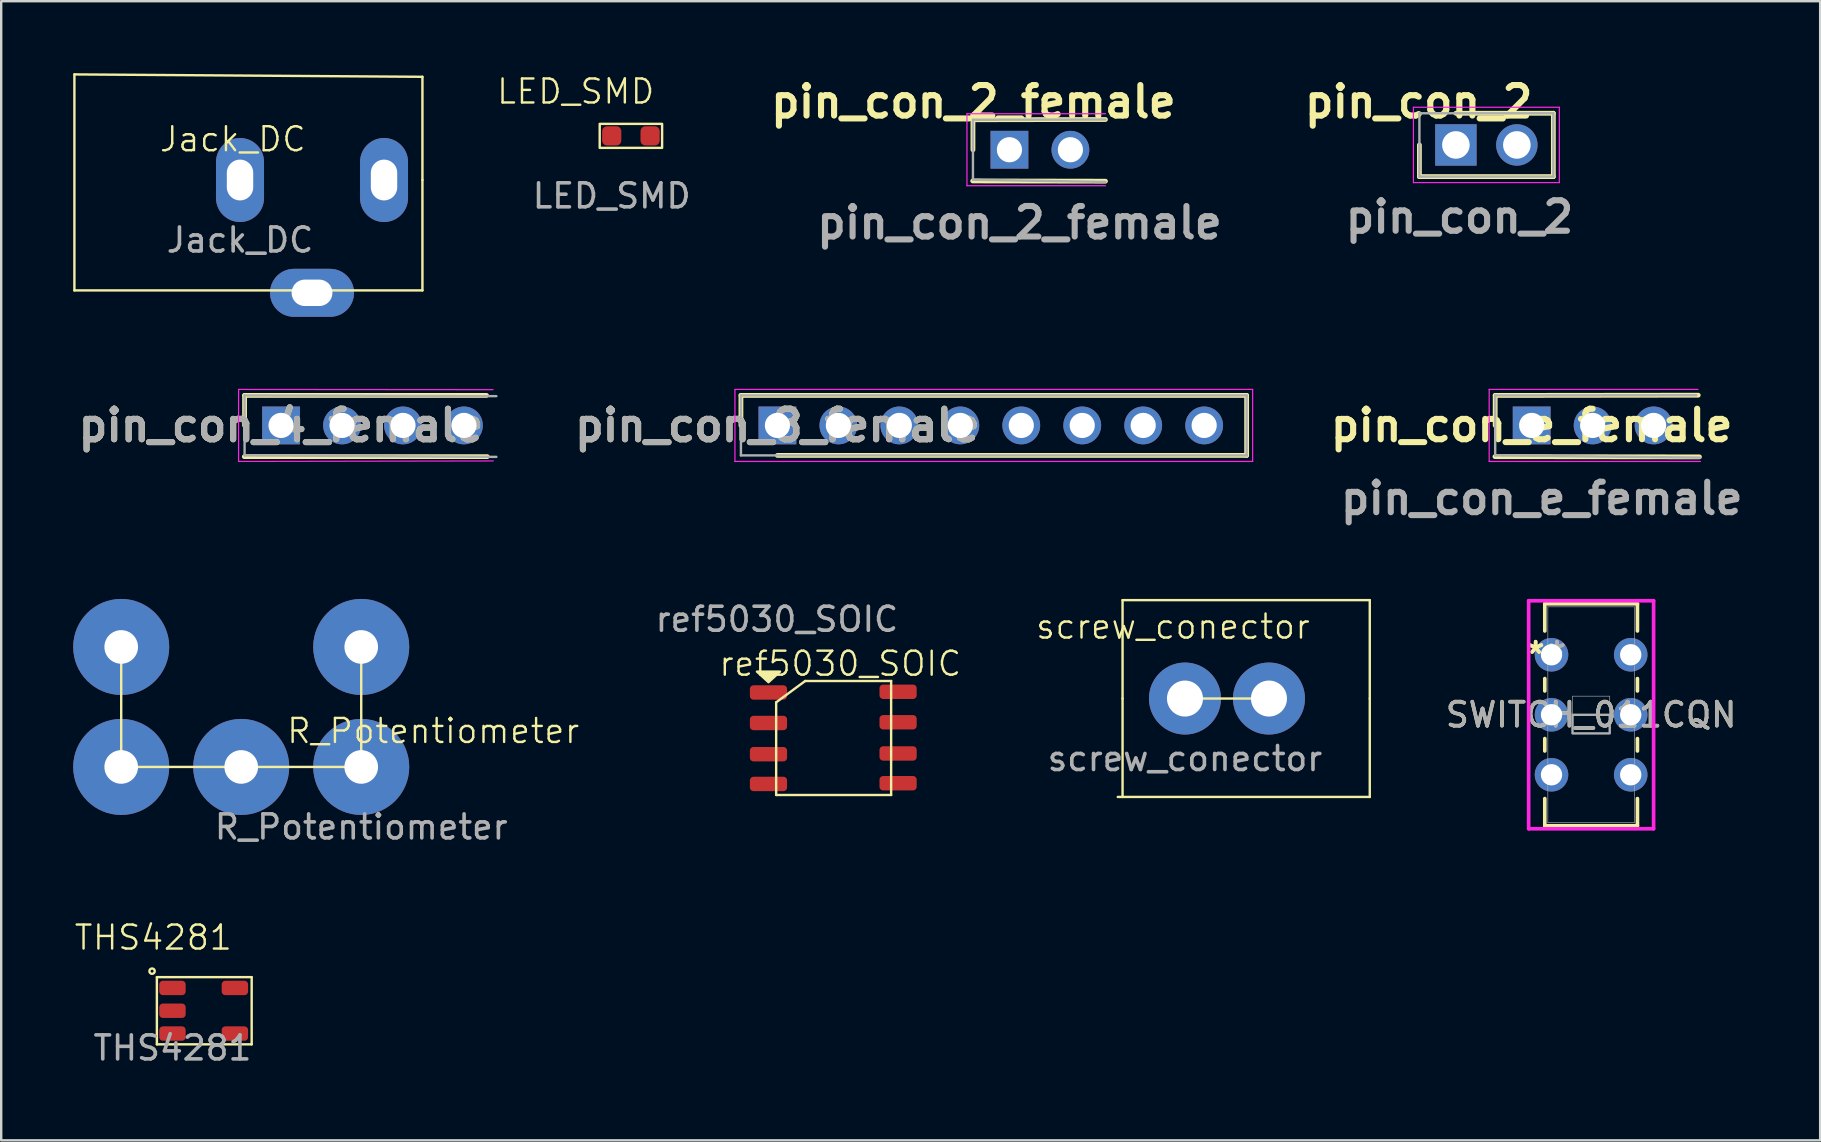
<source format=kicad_pcb>
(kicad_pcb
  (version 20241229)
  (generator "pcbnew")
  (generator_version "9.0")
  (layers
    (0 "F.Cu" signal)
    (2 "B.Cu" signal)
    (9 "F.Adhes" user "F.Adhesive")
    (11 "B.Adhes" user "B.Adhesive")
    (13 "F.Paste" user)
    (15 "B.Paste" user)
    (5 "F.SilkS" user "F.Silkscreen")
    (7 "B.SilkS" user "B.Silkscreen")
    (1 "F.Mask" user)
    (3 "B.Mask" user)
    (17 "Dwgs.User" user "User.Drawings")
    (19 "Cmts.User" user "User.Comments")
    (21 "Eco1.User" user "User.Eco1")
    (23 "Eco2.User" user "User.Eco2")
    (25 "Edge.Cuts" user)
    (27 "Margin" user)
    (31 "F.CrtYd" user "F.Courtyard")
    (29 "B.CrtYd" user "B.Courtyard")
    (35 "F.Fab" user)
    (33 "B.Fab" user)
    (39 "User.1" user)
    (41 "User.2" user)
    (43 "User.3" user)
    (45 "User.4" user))
  (footprint "Jack_DC"
    (layer "F.Cu")
    (at 6.95 4.45)
    (property "Reference" "Jack_DC" (at -0.3 -1.7 0) (unlocked yes) (layer "F.SilkS") (effects (font (size 1 1) (thickness 0.1))))
    (attr through_hole)
    (fp_line (start -6.9 4.6) (end -6.9 -4.4) (stroke (width 0.1) (type default)) (layer "F.SilkS"))
    (fp_line (start 7.6 -4.3) (end -6.9 -4.4) (stroke (width 0.1) (type default)) (layer "F.SilkS"))
    (fp_line (start 7.6 -4.3) (end 7.6 0) (stroke (width 0.1) (type default)) (layer "F.SilkS"))
    (fp_line (start 7.6 0) (end 7.6 4.6) (stroke (width 0.1) (type default)) (layer "F.SilkS"))
    (fp_line (start 7.6 4.6) (end -6.9 4.6) (stroke (width 0.1) (type default)) (layer "F.SilkS"))
    (fp_text user "${REFERENCE}" (at 0 2.5 0) (unlocked yes) (layer "F.Fab") (effects (font (size 1 1) (thickness 0.15))))
    (pad "1" thru_hole oval (at 6 0 90) (size 3.5 2) (drill oval 1.7 1.1) (layers "*.Cu" "*.Mask"))
    (pad "2" thru_hole oval (at 0 0 90) (size 3.5 2) (drill oval 1.7 1.1) (layers "*.Cu" "*.Mask"))
    (pad "3" thru_hole oval (at 3 4.7) (size 3.5 2) (drill oval 1.7 1.1) (layers "*.Cu" "*.Mask")))
  (footprint "LED_SMD"
    (layer "F.Cu")
    (at 22.436 2.611)
    (property "Reference" "LED_SMD" (at -1.5 -1.85 0) (unlocked yes) (layer "F.SilkS") (effects (font (size 1 1) (thickness 0.1))))
    (attr smd)
    (fp_rect (start -0.5 -0.5) (end 2.1 0.5) (stroke (width 0.1) (type default)) (fill no) (layer "F.SilkS"))
    (fp_text user "${REFERENCE}" (at 0 2.5 0) (unlocked yes) (layer "F.Fab") (effects (font (size 1 1) (thickness 0.15))))
    (pad "1" smd roundrect (at 0 0) (size 0.8 0.8) (layers "F.Cu" "F.Mask" "F.Paste") (roundrect_rratio 0.25))
    (pad "2" smd roundrect (at 1.6 0) (size 0.8 0.8) (layers "F.Cu" "F.Mask" "F.Paste") (roundrect_rratio 0.25)))
  (footprint "pin_con_2"
    (layer "F.Cu")
    (at 57.608 2.989)
    (property "Reference" "pin_con_2" (at -1.55 -1.8 0) (layer "F.SilkS") (effects (font (size 1.27 1.27) (thickness 0.254))))
    (attr through_hole)
    (fp_line (start -1.52 0) (end -1.52 1.32) (stroke (width 0.2) (type solid)) (layer "F.SilkS"))
    (fp_line (start -1.52 1.32) (end 4.06 1.32) (stroke (width 0.2) (type solid)) (layer "F.SilkS"))
    (fp_line (start 4.06 -1.32) (end 0 -1.32) (stroke (width 0.2) (type solid)) (layer "F.SilkS"))
    (fp_line (start 4.06 1.32) (end 4.06 -1.32) (stroke (width 0.2) (type solid)) (layer "F.SilkS"))
    (fp_line (start -1.77 -1.57) (end 4.31 -1.57) (stroke (width 0.05) (type solid)) (layer "F.CrtYd"))
    (fp_line (start -1.77 1.57) (end -1.77 -1.57) (stroke (width 0.05) (type solid)) (layer "F.CrtYd"))
    (fp_line (start 4.31 -1.57) (end 4.31 1.57) (stroke (width 0.05) (type solid)) (layer "F.CrtYd"))
    (fp_line (start 4.31 1.57) (end -1.77 1.57) (stroke (width 0.05) (type solid)) (layer "F.CrtYd"))
    (fp_line (start -1.52 -1.32) (end 4.06 -1.32) (stroke (width 0.1) (type solid)) (layer "F.Fab"))
    (fp_line (start -1.52 1.32) (end -1.52 -1.32) (stroke (width 0.1) (type solid)) (layer "F.Fab"))
    (fp_line (start 4.06 -1.32) (end 4.06 1.32) (stroke (width 0.1) (type solid)) (layer "F.Fab"))
    (fp_line (start 4.06 1.32) (end -1.52 1.32) (stroke (width 0.1) (type solid)) (layer "F.Fab"))
    (fp_text user "${REFERENCE}" (at 0.15 3 0) (layer "F.Fab") (effects (font (size 1.27 1.27) (thickness 0.254))))
    (pad "1" thru_hole rect (at 0 0) (size 1.725 1.725) (drill 1.15) (layers "*.Cu" "*.Mask"))
    (pad "2" thru_hole circle (at 2.54 0) (size 1.725 1.725) (drill 1.15) (layers "*.Cu" "*.Mask")))
  (footprint "R_Potentiometer"
    (layer "F.Cu")
    (at 12 28.904)
    (property "Reference" "R_Potentiometer" (at 3 -1.5 0) (unlocked yes) (layer "F.SilkS") (effects (font (size 1 1) (thickness 0.1))))
    (attr smd)
    (fp_line (start -10 0) (end -10 -5) (stroke (width 0.1) (type default)) (layer "F.SilkS"))
    (fp_line (start -5 0) (end -10 0) (stroke (width 0.1) (type default)) (layer "F.SilkS"))
    (fp_line (start 0 0) (end -5 0) (stroke (width 0.1) (type default)) (layer "F.SilkS"))
    (fp_line (start 0 0) (end 0 -5) (stroke (width 0.1) (type default)) (layer "F.SilkS"))
    (fp_text user "${REFERENCE}" (at 0 2.5 0) (unlocked yes) (layer "F.Fab") (effects (font (size 1 1) (thickness 0.15))))
    (pad "1" thru_hole oval (at 0 0) (size 4 4) (drill 1.4) (layers "*.Cu" "*.Mask"))
    (pad "2" thru_hole oval (at -5 0) (size 4 4) (drill 1.4) (layers "*.Cu" "*.Mask"))
    (pad "3" thru_hole oval (at -10 0) (size 4 4) (drill 1.4) (layers "*.Cu" "*.Mask"))
    (pad "4" thru_hole oval (at -10 -5) (size 4 4) (drill 1.4) (layers "*.Cu" "*.Mask"))
    (pad "5" thru_hole oval (at 0 -5) (size 4 4) (drill 1.4) (layers "*.Cu" "*.Mask")))
  (footprint "pin_con_4_female"
    (layer "F.Cu")
    (at 8.66 14.675)
    (property "Reference" "pin_con_4_female" (at 0 0 0) (layer "F.SilkS") (effects (font (size 1.27 1.27) (thickness 0.254))))
    (attr through_hole)
    (fp_line (start -1.53 1.3) (end 8.59 1.3) (stroke (width 0.2) (type solid)) (layer "F.SilkS"))
    (fp_line (start -1.52 -1.25) (end -1.52 0) (stroke (width 0.2) (type solid)) (layer "F.SilkS"))
    (fp_line (start 8.56 -1.25) (end -1.52 -1.25) (stroke (width 0.2) (type solid)) (layer "F.SilkS"))
    (fp_line (start -1.77 -1.5) (end 8.83 -1.49) (stroke (width 0.05) (type solid)) (layer "F.CrtYd"))
    (fp_line (start -1.77 1.5) (end -1.77 -1.5) (stroke (width 0.05) (type solid)) (layer "F.CrtYd"))
    (fp_line (start 8.84 1.48) (end -1.77 1.5) (stroke (width 0.05) (type solid)) (layer "F.CrtYd"))
    (fp_line (start -1.52 -1.25) (end 8.97 -1.22) (stroke (width 0.1) (type solid)) (layer "F.Fab"))
    (fp_line (start -1.52 1.25) (end -1.52 -1.25) (stroke (width 0.1) (type solid)) (layer "F.Fab"))
    (fp_line (start 8.97 1.31) (end -1.52 1.25) (stroke (width 0.1) (type solid)) (layer "F.Fab"))
    (fp_text user "${REFERENCE}" (at 0 0 0) (layer "F.Fab") (effects (font (size 1.27 1.27) (thickness 0.254))))
    (pad "1" thru_hole rect (at 0 0) (size 1.575 1.575) (drill 1.05) (layers "*.Cu" "*.Mask"))
    (pad "2" thru_hole circle (at 2.54 0) (size 1.575 1.575) (drill 1.05) (layers "*.Cu" "*.Mask"))
    (pad "3" thru_hole circle (at 5.08 0) (size 1.575 1.575) (drill 1.05) (layers "*.Cu" "*.Mask"))
    (pad "4" thru_hole circle (at 7.62 0) (size 1.575 1.575) (drill 1.05) (layers "*.Cu" "*.Mask")))
  (footprint "pin_con_8_female"
    (layer "F.Cu")
    (at 29.34 14.675)
    (property "Reference" "pin_con_8_female" (at 0 0 0) (layer "F.SilkS") (effects (font (size 1.27 1.27) (thickness 0.254))))
    (attr through_hole)
    (fp_line (start -1.52 -1.25) (end -1.52 0) (stroke (width 0.2) (type solid)) (layer "F.SilkS"))
    (fp_line (start 0 1.25) (end 19.55 1.25) (stroke (width 0.2) (type solid)) (layer "F.SilkS"))
    (fp_line (start 19.55 -1.25) (end -1.52 -1.25) (stroke (width 0.2) (type solid)) (layer "F.SilkS"))
    (fp_line (start 19.55 1.25) (end 19.55 -1.25) (stroke (width 0.2) (type solid)) (layer "F.SilkS"))
    (fp_line (start -1.77 -1.5) (end 19.8 -1.5) (stroke (width 0.05) (type solid)) (layer "F.CrtYd"))
    (fp_line (start -1.77 1.5) (end -1.77 -1.5) (stroke (width 0.05) (type solid)) (layer "F.CrtYd"))
    (fp_line (start 19.8 -1.5) (end 19.8 1.5) (stroke (width 0.05) (type solid)) (layer "F.CrtYd"))
    (fp_line (start 19.8 1.5) (end -1.77 1.5) (stroke (width 0.05) (type solid)) (layer "F.CrtYd"))
    (fp_line (start -1.52 -1.25) (end 19.55 -1.25) (stroke (width 0.1) (type solid)) (layer "F.Fab"))
    (fp_line (start -1.52 1.25) (end -1.52 -1.25) (stroke (width 0.1) (type solid)) (layer "F.Fab"))
    (fp_line (start 19.55 -1.25) (end 19.55 1.25) (stroke (width 0.1) (type solid)) (layer "F.Fab"))
    (fp_line (start 19.55 1.25) (end -1.52 1.25) (stroke (width 0.1) (type solid)) (layer "F.Fab"))
    (fp_text user "${REFERENCE}" (at 0 0 0) (layer "F.Fab") (effects (font (size 1.27 1.27) (thickness 0.254))))
    (pad "1" thru_hole rect (at 0 0) (size 1.575 1.575) (drill 1.05) (layers "*.Cu" "*.Mask"))
    (pad "2" thru_hole circle (at 2.54 0) (size 1.575 1.575) (drill 1.05) (layers "*.Cu" "*.Mask"))
    (pad "3" thru_hole circle (at 5.08 0) (size 1.575 1.575) (drill 1.05) (layers "*.Cu" "*.Mask"))
    (pad "4" thru_hole circle (at 7.62 0) (size 1.575 1.575) (drill 1.05) (layers "*.Cu" "*.Mask"))
    (pad "5" thru_hole circle (at 10.16 0) (size 1.575 1.575) (drill 1.05) (layers "*.Cu" "*.Mask"))
    (pad "6" thru_hole circle (at 12.7 0) (size 1.575 1.575) (drill 1.05) (layers "*.Cu" "*.Mask"))
    (pad "7" thru_hole circle (at 15.24 0) (size 1.575 1.575) (drill 1.05) (layers "*.Cu" "*.Mask"))
    (pad "8" thru_hole circle (at 17.78 0) (size 1.575 1.575) (drill 1.05) (layers "*.Cu" "*.Mask")))
  (footprint "ref5030_SOIC"
    (layer "F.Cu")
    (at 28.968 25.802)
    (property "Reference" "ref5030_SOIC" (at 2.99 -1.2 0) (unlocked yes) (layer "F.SilkS") (effects (font (size 1 1) (thickness 0.1))))
    (attr smd)
    (fp_line (start 0.32 4.27) (end 0.32 0.41) (stroke (width 0.1) (type default)) (layer "F.SilkS"))
    (fp_line (start 0.32 4.27) (end 5.11 4.27) (stroke (width 0.1) (type default)) (layer "F.SilkS"))
    (fp_line (start 1.53 -0.48) (end 0.32 0.41) (stroke (width 0.1) (type default)) (layer "F.SilkS"))
    (fp_line (start 1.53 -0.48) (end 5.11 -0.48) (stroke (width 0.1) (type default)) (layer "F.SilkS"))
    (fp_line (start 5.11 4.27) (end 5.11 -0.48) (stroke (width 0.1) (type default)) (layer "F.SilkS"))
    (fp_poly (pts (xy 0 -0.43) (xy -0.48 -0.87) (xy 0.48 -0.87)) (stroke (width 0.1) (type solid)) (fill yes) (layer "F.SilkS"))
    (fp_text user "${REFERENCE}" (at 0.35 -3.05 0) (unlocked yes) (layer "F.Fab") (effects (font (size 1 1) (thickness 0.15))))
    (pad "1" smd roundrect (at 0 0) (size 1.55 0.6) (layers "F.Cu" "F.Mask" "F.Paste") (roundrect_rratio 0.25))
    (pad "2" smd roundrect (at 0 1.27) (size 1.55 0.6) (layers "F.Cu" "F.Mask" "F.Paste") (roundrect_rratio 0.25))
    (pad "3" smd roundrect (at 0 2.57) (size 1.55 0.6) (layers "F.Cu" "F.Mask" "F.Paste") (roundrect_rratio 0.25))
    (pad "4" smd roundrect (at 0 3.81) (size 1.55 0.6) (layers "F.Cu" "F.Mask" "F.Paste") (roundrect_rratio 0.25))
    (pad "5" smd roundrect (at 5.4 3.78) (size 1.55 0.6) (layers "F.Cu" "F.Mask" "F.Paste") (roundrect_rratio 0.25))
    (pad "6" smd roundrect (at 5.4 2.54) (size 1.55 0.6) (layers "F.Cu" "F.Mask" "F.Paste") (roundrect_rratio 0.25))
    (pad "7" smd roundrect (at 5.4 1.24) (size 1.55 0.6) (layers "F.Cu" "F.Mask" "F.Paste") (roundrect_rratio 0.25))
    (pad "8" smd roundrect (at 5.4 -0.03) (size 1.55 0.6) (layers "F.Cu" "F.Mask" "F.Paste") (roundrect_rratio 0.25)))
  (footprint "SWITCH_011CQN"
    (layer "F.Cu")
    (at 61.592 24.23)
    (property "Reference" "SWITCH_011CQN" (at 1.65 2.5 0) (unlocked yes) (layer "F.SilkS") (effects (font (size 1 1) (thickness 0.15))))
    (attr through_hole)
    (fp_line (start -0.28 -2.123) (end -0.28 -0.992) (stroke (width 0.152) (type solid)) (layer "F.SilkS"))
    (fp_line (start -0.28 0.992) (end -0.28 1.508) (stroke (width 0.152) (type solid)) (layer "F.SilkS"))
    (fp_line (start -0.28 3.492) (end -0.28 4.008) (stroke (width 0.152) (type solid)) (layer "F.SilkS"))
    (fp_line (start -0.28 5.992) (end -0.28 7.123) (stroke (width 0.152) (type solid)) (layer "F.SilkS"))
    (fp_line (start -0.28 7.123) (end 3.58 7.123) (stroke (width 0.152) (type solid)) (layer "F.SilkS"))
    (fp_line (start 3.58 -2.123) (end -0.28 -2.123) (stroke (width 0.152) (type solid)) (layer "F.SilkS"))
    (fp_line (start 3.58 -0.992) (end 3.58 -2.123) (stroke (width 0.152) (type solid)) (layer "F.SilkS"))
    (fp_line (start 3.58 1.508) (end 3.58 0.992) (stroke (width 0.152) (type solid)) (layer "F.SilkS"))
    (fp_line (start 3.58 4.008) (end 3.58 3.492) (stroke (width 0.152) (type solid)) (layer "F.SilkS"))
    (fp_line (start 3.58 7.123) (end 3.58 5.992) (stroke (width 0.152) (type solid)) (layer "F.SilkS"))
    (fp_line (start -0.953 -2.25) (end -0.953 7.25) (stroke (width 0.152) (type solid)) (layer "F.CrtYd"))
    (fp_line (start -0.953 7.25) (end 4.253 7.25) (stroke (width 0.152) (type solid)) (layer "F.CrtYd"))
    (fp_line (start 4.253 -2.25) (end -0.953 -2.25) (stroke (width 0.152) (type solid)) (layer "F.CrtYd"))
    (fp_line (start 4.253 7.25) (end 4.253 -2.25) (stroke (width 0.152) (type solid)) (layer "F.CrtYd"))
    (fp_line (start -0.153 -1.996) (end -0.153 6.996) (stroke (width 0.025) (type solid)) (layer "F.Fab"))
    (fp_line (start -0.153 6.996) (end 3.453 6.996) (stroke (width 0.025) (type solid)) (layer "F.Fab"))
    (fp_line (start 0.875 1.725) (end 2.425 1.725) (stroke (width 0.025) (type solid)) (layer "F.Fab"))
    (fp_line (start 0.875 3.275) (end 0.875 1.725) (stroke (width 0.025) (type solid)) (layer "F.Fab"))
    (fp_line (start 2.425 1.725) (end 2.425 3.275) (stroke (width 0.025) (type solid)) (layer "F.Fab"))
    (fp_line (start 2.425 3.275) (end 0.875 3.275) (stroke (width 0.025) (type solid)) (layer "F.Fab"))
    (fp_line (start 3.453 -1.996) (end -0.153 -1.996) (stroke (width 0.025) (type solid)) (layer "F.Fab"))
    (fp_line (start 3.453 6.996) (end 3.453 -1.996) (stroke (width 0.025) (type solid)) (layer "F.Fab"))
    (fp_poly (pts (xy 0.875 3.275) (xy 0.875 2.5) (xy 2.425 2.5) (xy 2.425 3.275)) (stroke (width 0.1) (type solid)) (fill no) (layer "F.Fab"))
    (fp_text user "*" (at -0.661 0 0) (unlocked yes) (layer "F.SilkS") (effects (font (size 1 1) (thickness 0.15))))
    (fp_text user "*" (at -0.661 0 0) (layer "F.SilkS") (effects (font (size 1 1) (thickness 0.15))))
    (fp_text user "*" (at 0.228 0 0) (layer "F.Fab") (effects (font (size 1 1) (thickness 0.15))))
    (fp_text user "*" (at 0.228 0 0) (unlocked yes) (layer "F.Fab") (effects (font (size 1 1) (thickness 0.15))))
    (fp_text user "${REFERENCE}" (at 1.65 2.5 0) (unlocked yes) (layer "F.Fab") (effects (font (size 1 1) (thickness 0.15))))
    (pad "1" thru_hole circle (at 0 0) (size 1.397 1.397) (drill 0.889) (layers "*.Cu" "*.Mask"))
    (pad "2" thru_hole circle (at 0 2.5) (size 1.397 1.397) (drill 0.889) (layers "*.Cu" "*.Mask"))
    (pad "3" thru_hole circle (at 0 5) (size 1.397 1.397) (drill 0.889) (layers "*.Cu" "*.Mask"))
    (pad "4" thru_hole circle (at 3.3 5) (size 1.397 1.397) (drill 0.889) (layers "*.Cu" "*.Mask"))
    (pad "5" thru_hole circle (at 3.3 2.5) (size 1.397 1.397) (drill 0.889) (layers "*.Cu" "*.Mask"))
    (pad "6" thru_hole circle (at 3.3 0) (size 1.397 1.397) (drill 0.889) (layers "*.Cu" "*.Mask")))
  (footprint "screw_conector"
    (layer "F.Cu")
    (at 46.32 26.054)
    (property "Reference" "screw_conector" (at -0.5 -3 0) (unlocked yes) (layer "F.SilkS") (effects (font (size 1 1) (thickness 0.1))))
    (attr through_hole)
    (fp_line (start -2.8 4.1) (end 7.7 4.1) (stroke (width 0.1) (type default)) (layer "F.SilkS"))
    (fp_line (start -2.6 0) (end -2.6 -4.1) (stroke (width 0.1) (type default)) (layer "F.SilkS"))
    (fp_line (start -2.6 0) (end -2.6 4.1) (stroke (width 0.1) (type default)) (layer "F.SilkS"))
    (fp_line (start 0 0) (end 3.5 0) (stroke (width 0.1) (type default)) (layer "F.SilkS"))
    (fp_line (start 7.7 -4.1) (end -2.6 -4.1) (stroke (width 0.1) (type default)) (layer "F.SilkS"))
    (fp_line (start 7.7 0) (end 7.7 -4.1) (stroke (width 0.1) (type default)) (layer "F.SilkS"))
    (fp_line (start 7.7 4.1) (end 7.7 0) (stroke (width 0.1) (type default)) (layer "F.SilkS"))
    (fp_text user "${REFERENCE}" (at 0 2.5 0) (unlocked yes) (layer "F.Fab") (effects (font (size 1 1) (thickness 0.15))))
    (pad "1" thru_hole circle (at 0 0) (size 3 3) (drill 1.5) (layers "*.Cu" "*.Mask"))
    (pad "2" thru_hole circle (at 3.5 0) (size 3 3) (drill 1.5) (layers "*.Cu" "*.Mask")))
  (footprint "THS4281"
    (layer "F.Cu")
    (at 4.136 38.112)
    (property "Reference" "THS4281" (at -0.8 -2.1 0) (unlocked yes) (layer "F.SilkS") (effects (font (size 1 1) (thickness 0.1))))
    (attr smd)
    (fp_line (start -0.65 -0.45) (end -0.65 2.35) (stroke (width 0.1) (type default)) (layer "F.SilkS"))
    (fp_line (start -0.65 2.35) (end 3.3 2.35) (stroke (width 0.1) (type default)) (layer "F.SilkS"))
    (fp_line (start 3.3 -0.45) (end -0.65 -0.45) (stroke (width 0.1) (type default)) (layer "F.SilkS"))
    (fp_line (start 3.3 2.35) (end 3.3 -0.45) (stroke (width 0.1) (type default)) (layer "F.SilkS"))
    (fp_circle (center -0.85 -0.7) (end -0.8 -0.6) (stroke (width 0.1) (type default)) (fill no) (layer "F.SilkS"))
    (fp_text user "${REFERENCE}" (at 0 2.5 0) (unlocked yes) (layer "F.Fab") (effects (font (size 1 1) (thickness 0.15))))
    (pad "1" smd roundrect (at 0 0) (size 1.1 0.6) (layers "F.Cu" "F.Mask" "F.Paste") (roundrect_rratio 0.25))
    (pad "2" smd roundrect (at 0 0.95) (size 1.1 0.6) (layers "F.Cu" "F.Mask" "F.Paste") (roundrect_rratio 0.25))
    (pad "3" smd roundrect (at 0 1.9) (size 1.1 0.6) (layers "F.Cu" "F.Mask" "F.Paste") (roundrect_rratio 0.25))
    (pad "4" smd roundrect (at 2.6 1.9) (size 1.1 0.6) (layers "F.Cu" "F.Mask" "F.Paste") (roundrect_rratio 0.25))
    (pad "5" smd roundrect (at 2.6 0) (size 1.1 0.6) (layers "F.Cu" "F.Mask" "F.Paste") (roundrect_rratio 0.25)))
  (footprint "pin_con_e_female"
    (layer "F.Cu")
    (at 60.765 14.675)
    (property "Reference" "pin_con_e_female" (at 0 0 0) (layer "F.SilkS") (effects (font (size 1.27 1.27) (thickness 0.254))))
    (attr through_hole)
    (fp_line (start -1.53 1.3) (end 6.99 1.31) (stroke (width 0.2) (type solid)) (layer "F.SilkS"))
    (fp_line (start -1.52 -1.25) (end -1.52 0) (stroke (width 0.2) (type solid)) (layer "F.SilkS"))
    (fp_line (start 6.94 -1.26) (end -1.52 -1.25) (stroke (width 0.2) (type solid)) (layer "F.SilkS"))
    (fp_line (start -1.77 -1.5) (end 6.93 -1.5) (stroke (width 0.05) (type solid)) (layer "F.CrtYd"))
    (fp_line (start -1.77 1.5) (end -1.77 -1.5) (stroke (width 0.05) (type solid)) (layer "F.CrtYd"))
    (fp_line (start 7.03 1.5) (end -1.77 1.5) (stroke (width 0.05) (type solid)) (layer "F.CrtYd"))
    (fp_line (start -1.52 -1.25) (end 6.86 -1.26) (stroke (width 0.1) (type solid)) (layer "F.Fab"))
    (fp_line (start -1.52 1.25) (end -1.52 -1.25) (stroke (width 0.1) (type solid)) (layer "F.Fab"))
    (fp_line (start 7.01 1.34) (end -1.52 1.25) (stroke (width 0.1) (type solid)) (layer "F.Fab"))
    (fp_text user "${REFERENCE}" (at 0.42 3.04 0) (layer "F.Fab") (effects (font (size 1.27 1.27) (thickness 0.254))))
    (pad "1" thru_hole rect (at 0 0) (size 1.575 1.575) (drill 1.05) (layers "*.Cu" "*.Mask"))
    (pad "2" thru_hole circle (at 2.54 0) (size 1.575 1.575) (drill 1.05) (layers "*.Cu" "*.Mask"))
    (pad "3" thru_hole circle (at 5.08 0) (size 1.575 1.575) (drill 1.05) (layers "*.Cu" "*.Mask")))
  (footprint "pin_con_2_female"
    (layer "F.Cu")
    (at 39.007 3.189)
    (property "Reference" "pin_con_2_female" (at -1.5 -2 0) (layer "F.SilkS") (effects (font (size 1.27 1.27) (thickness 0.254))))
    (attr through_hole)
    (fp_line (start -1.53 1.3) (end 4 1.31) (stroke (width 0.2) (type solid)) (layer "F.SilkS"))
    (fp_line (start -1.52 -1.25) (end -1.52 0) (stroke (width 0.2) (type solid)) (layer "F.SilkS"))
    (fp_line (start 4 -1.26) (end -1.52 -1.25) (stroke (width 0.2) (type solid)) (layer "F.SilkS"))
    (fp_line (start -1.77 -1.5) (end 4 -1.5) (stroke (width 0.05) (type solid)) (layer "F.CrtYd"))
    (fp_line (start -1.77 1.5) (end -1.77 -1.5) (stroke (width 0.05) (type solid)) (layer "F.CrtYd"))
    (fp_line (start 4 1.5) (end -1.77 1.5) (stroke (width 0.05) (type solid)) (layer "F.CrtYd"))
    (fp_line (start -1.52 -1.25) (end 4 -1.26) (stroke (width 0.1) (type solid)) (layer "F.Fab"))
    (fp_line (start -1.52 1.25) (end -1.52 -1.25) (stroke (width 0.1) (type solid)) (layer "F.Fab"))
    (fp_line (start 4 1.34) (end -1.52 1.25) (stroke (width 0.1) (type solid)) (layer "F.Fab"))
    (fp_text user "${REFERENCE}" (at 0.42 3.04 0) (layer "F.Fab") (effects (font (size 1.27 1.27) (thickness 0.254))))
    (pad "1" thru_hole rect (at 0 0) (size 1.575 1.575) (drill 1.05) (layers "*.Cu" "*.Mask"))
    (pad "2" thru_hole circle (at 2.54 0) (size 1.575 1.575) (drill 1.05) (layers "*.Cu" "*.Mask")))
  (gr_rect
    (start -3 -3)
    (end 72.785 44.461)
    (stroke (width 0.1) (type default))
    (fill no)
    (layer "Edge.Cuts")))
</source>
